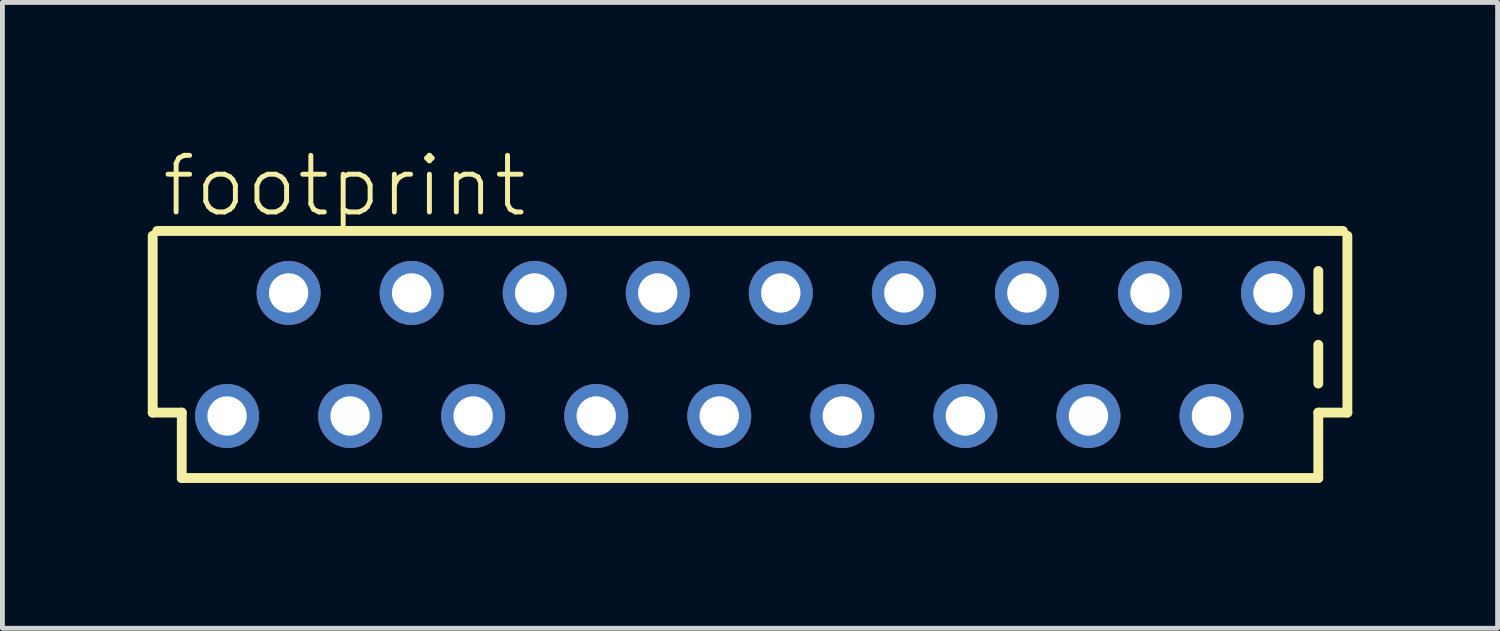
<source format=kicad_pcb>
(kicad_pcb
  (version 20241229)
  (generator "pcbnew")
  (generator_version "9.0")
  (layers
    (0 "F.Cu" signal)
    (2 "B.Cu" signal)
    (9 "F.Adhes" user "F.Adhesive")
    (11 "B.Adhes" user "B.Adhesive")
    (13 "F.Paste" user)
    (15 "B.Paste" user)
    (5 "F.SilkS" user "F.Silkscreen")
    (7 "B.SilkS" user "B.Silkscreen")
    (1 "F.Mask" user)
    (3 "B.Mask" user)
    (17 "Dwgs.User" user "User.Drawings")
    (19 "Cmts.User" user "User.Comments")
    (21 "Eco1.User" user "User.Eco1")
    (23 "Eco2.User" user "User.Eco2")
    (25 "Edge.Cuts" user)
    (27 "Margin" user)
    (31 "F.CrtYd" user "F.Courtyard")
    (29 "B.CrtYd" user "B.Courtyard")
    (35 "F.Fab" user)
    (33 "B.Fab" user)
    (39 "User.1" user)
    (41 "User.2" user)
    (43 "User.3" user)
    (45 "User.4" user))
  (footprint "footprint"
    (layer "F.Cu")
    (at 12.432 4.267)
    (property "Reference" "footprint" (at -12.192 -2.794 0) (layer "F.SilkS") (effects (font (size 1.168 1.168) (thickness 0.102)) (justify left bottom)))
    (fp_line (start -12.33 -2.451) (end -12.33 1.2) (stroke (width 0.203) (type solid)) (layer "F.SilkS"))
    (fp_line (start -12.33 1.2) (end -11.73 1.2) (stroke (width 0.203) (type solid)) (layer "F.SilkS"))
    (fp_line (start -11.73 1.2) (end -11.73 2.55) (stroke (width 0.203) (type solid)) (layer "F.SilkS"))
    (fp_line (start -11.73 2.55) (end 11.73 2.55) (stroke (width 0.203) (type solid)) (layer "F.SilkS"))
    (fp_line (start 11.73 -1.724) (end 11.73 -0.924) (stroke (width 0.203) (type solid)) (layer "F.SilkS"))
    (fp_line (start 11.73 -0.2) (end 11.73 0.6) (stroke (width 0.203) (type solid)) (layer "F.SilkS"))
    (fp_line (start 11.73 1.2) (end 12.33 1.2) (stroke (width 0.203) (type solid)) (layer "F.SilkS"))
    (fp_line (start 11.73 2.55) (end 11.73 1.2) (stroke (width 0.203) (type solid)) (layer "F.SilkS"))
    (fp_line (start 12.238 -2.55) (end -12.238 -2.55) (stroke (width 0.203) (type solid)) (layer "F.SilkS"))
    (fp_line (start 12.33 1.2) (end 12.33 -2.451) (stroke (width 0.203) (type solid)) (layer "F.SilkS"))
    (pad "1" thru_hole circle (at -10.795 1.27) (size 1.321 1.321) (drill 0.813) (layers "*.Cu" "*.Mask"))
    (pad "2" thru_hole circle (at -9.525 -1.27) (size 1.321 1.321) (drill 0.813) (layers "*.Cu" "*.Mask"))
    (pad "3" thru_hole circle (at -8.255 1.27) (size 1.321 1.321) (drill 0.813) (layers "*.Cu" "*.Mask"))
    (pad "4" thru_hole circle (at -6.985 -1.27) (size 1.321 1.321) (drill 0.813) (layers "*.Cu" "*.Mask"))
    (pad "5" thru_hole circle (at -5.715 1.27) (size 1.321 1.321) (drill 0.813) (layers "*.Cu" "*.Mask"))
    (pad "6" thru_hole circle (at -4.445 -1.27) (size 1.321 1.321) (drill 0.813) (layers "*.Cu" "*.Mask"))
    (pad "7" thru_hole circle (at -3.175 1.27) (size 1.321 1.321) (drill 0.813) (layers "*.Cu" "*.Mask"))
    (pad "8" thru_hole circle (at -1.905 -1.27) (size 1.321 1.321) (drill 0.813) (layers "*.Cu" "*.Mask"))
    (pad "9" thru_hole circle (at -0.635 1.27) (size 1.321 1.321) (drill 0.813) (layers "*.Cu" "*.Mask"))
    (pad "10" thru_hole circle (at 0.635 -1.27) (size 1.321 1.321) (drill 0.813) (layers "*.Cu" "*.Mask"))
    (pad "11" thru_hole circle (at 1.905 1.27) (size 1.321 1.321) (drill 0.813) (layers "*.Cu" "*.Mask"))
    (pad "12" thru_hole circle (at 3.175 -1.27) (size 1.321 1.321) (drill 0.813) (layers "*.Cu" "*.Mask"))
    (pad "13" thru_hole circle (at 4.445 1.27) (size 1.321 1.321) (drill 0.813) (layers "*.Cu" "*.Mask"))
    (pad "14" thru_hole circle (at 5.715 -1.27) (size 1.321 1.321) (drill 0.813) (layers "*.Cu" "*.Mask"))
    (pad "15" thru_hole circle (at 6.985 1.27) (size 1.321 1.321) (drill 0.813) (layers "*.Cu" "*.Mask"))
    (pad "16" thru_hole circle (at 8.255 -1.27) (size 1.321 1.321) (drill 0.813) (layers "*.Cu" "*.Mask"))
    (pad "17" thru_hole circle (at 9.525 1.27) (size 1.321 1.321) (drill 0.813) (layers "*.Cu" "*.Mask"))
    (pad "18" thru_hole circle (at 10.795 -1.27) (size 1.321 1.321) (drill 0.813) (layers "*.Cu" "*.Mask")))
  (gr_rect
    (start -3 -3)
    (end 27.863 9.919)
    (stroke (width 0.1) (type default))
    (fill no)
    (layer "Edge.Cuts")))
</source>
